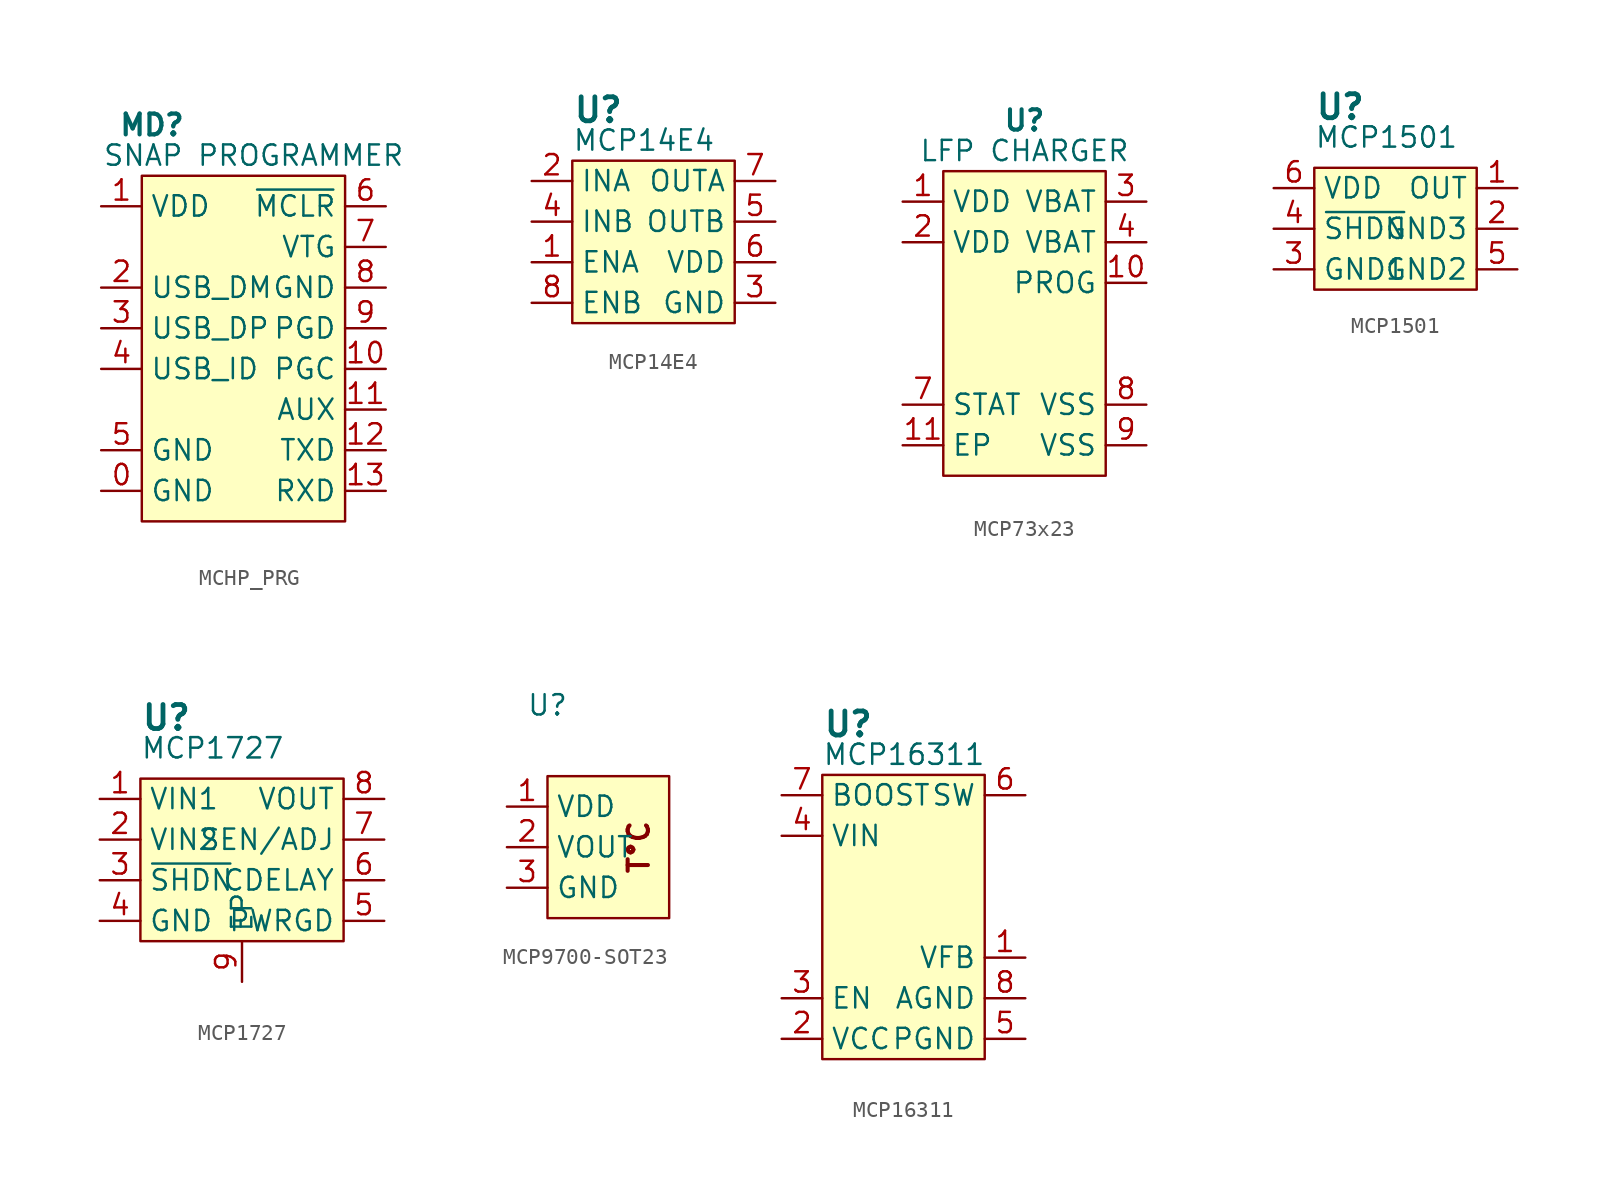
<source format=kicad_sym>
(kicad_symbol_lib
  (version 20231120)
  (generator "kicad_symbol_editor")
  (generator_version "8.0")
  (symbol "MCHP_PRG"
    (property "Reference" "MD"
      (at 3.175 -1.27 0)
      (effects (font (size 1.3 1.3) (bold yes))))
    (property "Value" "SNAP PROGRAMMER"
      (at 9.525 -3.175 0)
      (effects (font (size 1.27 1.27))))
    (symbol "MCHP_PRG_1_1"
      (rectangle (start 2.54 -4.445) (end 15.24 -26.035) (stroke (width 0) (type default)) (fill (type background)))
      (pin passive line (at 0 -24.13 0) (length 2.54) (name "GND" (effects (font (size 1.27 1.27)))) (number "0" (effects (font (size 1.27 1.27)))))
      (pin power_in line (at 0 -6.35 0) (length 2.54) (name "VDD" (effects (font (size 1.27 1.27)))) (number "1" (effects (font (size 1.27 1.27)))))
      (pin output line (at 17.78 -16.51 180) (length 2.54) (name "PGC" (effects (font (size 1.27 1.27)))) (number "10" (effects (font (size 1.27 1.27)))))
      (pin passive line (at 17.78 -19.05 180) (length 2.54) (name "AUX" (effects (font (size 1.27 1.27)))) (number "11" (effects (font (size 1.27 1.27)))))
      (pin passive line (at 17.78 -21.59 180) (length 2.54) (name "TXD" (effects (font (size 1.27 1.27)))) (number "12" (effects (font (size 1.27 1.27)))))
      (pin passive line (at 17.78 -24.13 180) (length 2.54) (name "RXD" (effects (font (size 1.27 1.27)))) (number "13" (effects (font (size 1.27 1.27)))))
      (pin bidirectional line (at 0 -11.43 0) (length 2.54) (name "USB_DM" (effects (font (size 1.27 1.27)))) (number "2" (effects (font (size 1.27 1.27)))))
      (pin bidirectional line (at 0 -13.97 0) (length 2.54) (name "USB_DP" (effects (font (size 1.27 1.27)))) (number "3" (effects (font (size 1.27 1.27)))))
      (pin bidirectional line (at 0 -16.51 0) (length 2.54) (name "USB_ID" (effects (font (size 1.27 1.27)))) (number "4" (effects (font (size 1.27 1.27)))))
      (pin passive line (at 0 -21.59 0) (length 2.54) (name "GND" (effects (font (size 1.27 1.27)))) (number "5" (effects (font (size 1.27 1.27)))))
      (pin output line (at 17.78 -6.35 180) (length 2.54) (name "~{MCLR}" (effects (font (size 1.27 1.27)))) (number "6" (effects (font (size 1.27 1.27)))))
      (pin input line (at 17.78 -8.89 180) (length 2.54) (name "VTG" (effects (font (size 1.27 1.27)))) (number "7" (effects (font (size 1.27 1.27)))))
      (pin passive line (at 17.78 -11.43 180) (length 2.54) (name "GND" (effects (font (size 1.27 1.27)))) (number "8" (effects (font (size 1.27 1.27)))))
      (pin bidirectional line (at 17.78 -13.97 180) (length 2.54) (name "PGD" (effects (font (size 1.27 1.27)))) (number "9" (effects (font (size 1.27 1.27)))))))
  (symbol "MCP14E4"
    (property "Reference" "U"
      (at 0 0 0)
      (effects (font (size 1.5 1.5) (bold yes)) (justify left)))
    (property "Value" "MCP14E4"
      (at 0 -1.905 0)
      (effects (font (size 1.27 1.27)) (justify left)))
    (symbol "MCP14E4_1_1"
      (rectangle (start 0 -3.175) (end 10.16 -13.335) (stroke (width 0) (type default)) (fill (type background)))
      (pin input line (at -2.54 -9.525 0) (length 2.54) (name "ENA" (effects (font (size 1.27 1.27)))) (number "1" (effects (font (size 1.27 1.27)))))
      (pin input line (at -2.54 -4.445 0) (length 2.54) (name "INA" (effects (font (size 1.27 1.27)))) (number "2" (effects (font (size 1.27 1.27)))))
      (pin power_in line (at 12.7 -12.065 180) (length 2.54) (name "GND" (effects (font (size 1.27 1.27)))) (number "3" (effects (font (size 1.27 1.27)))))
      (pin input line (at -2.54 -6.985 0) (length 2.54) (name "INB" (effects (font (size 1.27 1.27)))) (number "4" (effects (font (size 1.27 1.27)))))
      (pin output line (at 12.7 -6.985 180) (length 2.54) (name "OUTB" (effects (font (size 1.27 1.27)))) (number "5" (effects (font (size 1.27 1.27)))))
      (pin power_in line (at 12.7 -9.525 180) (length 2.54) (name "VDD" (effects (font (size 1.27 1.27)))) (number "6" (effects (font (size 1.27 1.27)))))
      (pin output line (at 12.7 -4.445 180) (length 2.54) (name "OUTA" (effects (font (size 1.27 1.27)))) (number "7" (effects (font (size 1.27 1.27)))))
      (pin input line (at -2.54 -12.065 0) (length 2.54) (name "ENB" (effects (font (size 1.27 1.27)))) (number "8" (effects (font (size 1.27 1.27)))))))
  (symbol "MCP73x23"
    (property "Reference" "U"
      (at 0 0 0)
      (effects (font (size 1.27 1.27) (bold yes))))
    (property "Value" "LFP CHARGER"
      (at 0 -1.905 0)
      (effects (font (size 1.27 1.27))))
    (symbol "MCP73x23_0_0"
      (pin power_in line (at -7.62 -5.08 0) (length 2.54) (name "VDD" (effects (font (size 1.27 1.27)))) (number "1" (effects (font (size 1.27 1.27)))))
      (pin passive line (at 7.62 -10.16 180) (length 2.54) (name "PROG" (effects (font (size 1.27 1.27)))) (number "10" (effects (font (size 1.27 1.27)))))
      (pin passive line (at -7.62 -20.32 0) (length 2.54) (name "EP" (effects (font (size 1.27 1.27)))) (number "11" (effects (font (size 1.27 1.27)))))
      (pin power_in line (at -7.62 -7.62 0) (length 2.54) (name "VDD" (effects (font (size 1.27 1.27)))) (number "2" (effects (font (size 1.27 1.27)))))
      (pin power_out line (at 7.62 -5.08 180) (length 2.54) (name "VBAT" (effects (font (size 1.27 1.27)))) (number "3" (effects (font (size 1.27 1.27)))))
      (pin power_out line (at 7.62 -7.62 180) (length 2.54) (name "VBAT" (effects (font (size 1.27 1.27)))) (number "4" (effects (font (size 1.27 1.27)))))
      (pin output line (at -7.62 -17.78 0) (length 2.54) (name "STAT" (effects (font (size 1.27 1.27)))) (number "7" (effects (font (size 1.27 1.27)))))
      (pin passive line (at 7.62 -17.78 180) (length 2.54) (name "VSS" (effects (font (size 1.27 1.27)))) (number "8" (effects (font (size 1.27 1.27)))))
      (pin passive line (at 7.62 -20.32 180) (length 2.54) (name "VSS" (effects (font (size 1.27 1.27)))) (number "9" (effects (font (size 1.27 1.27))))))
    (symbol "MCP73x23_1_0"
      (pin no_connect line (at 7.62 -12.7 180) (length 2.54) hide (name "NC" (effects (font (size 1.27 1.27)))) (number "5" (effects (font (size 1.27 1.27)))))
      (pin no_connect line (at 7.62 -15.24 180) (length 2.54) hide (name "NC" (effects (font (size 1.27 1.27)))) (number "6" (effects (font (size 1.27 1.27))))))
    (symbol "MCP73x23_1_1"
      (rectangle (start -5.08 -3.175) (end 5.08 -22.225) (stroke (width 0) (type default)) (fill (type background)))))
  (symbol "MCP1501"
    (property "Reference" "U"
      (at 0 0 0)
      (effects (font (size 1.5 1.5) (bold yes)) (justify left)))
    (property "Value" "MCP1501"
      (at 0 -1.905 0)
      (effects (font (size 1.27 1.27)) (justify left)))
    (symbol "MCP1501_1_1"
      (rectangle (start 0 -3.81) (end 10.16 -11.43) (stroke (width 0) (type default)) (fill (type background)))
      (pin power_out line (at 12.7 -5.08 180) (length 2.54) (name "OUT" (effects (font (size 1.27 1.27)))) (number "1" (effects (font (size 1.27 1.27)))))
      (pin power_in line (at 12.7 -7.62 180) (length 2.54) (name "GND3" (effects (font (size 1.27 1.27)))) (number "2" (effects (font (size 1.27 1.27)))))
      (pin power_in line (at -2.54 -10.16 0) (length 2.54) (name "GND1" (effects (font (size 1.27 1.27)))) (number "3" (effects (font (size 1.27 1.27)))))
      (pin input line (at -2.54 -7.62 0) (length 2.54) (name "~{SHDN}" (effects (font (size 1.27 1.27)))) (number "4" (effects (font (size 1.27 1.27)))))
      (pin power_in line (at 12.7 -10.16 180) (length 2.54) (name "GND2" (effects (font (size 1.27 1.27)))) (number "5" (effects (font (size 1.27 1.27)))))
      (pin power_in line (at -2.54 -5.08 0) (length 2.54) (name "VDD" (effects (font (size 1.27 1.27)))) (number "6" (effects (font (size 1.27 1.27)))))))
  (symbol "MCP1727"
    (property "Reference" "U"
      (at 0 0 0)
      (effects (font (size 1.5 1.5) (bold yes)) (justify left)))
    (property "Value" "MCP1727"
      (at 0 -1.905 0)
      (effects (font (size 1.27 1.27)) (justify left)))
    (symbol "MCP1727_1_1"
      (rectangle (start 0 -3.81) (end 12.7 -13.97) (stroke (width 0) (type default)) (fill (type background)))
      (pin power_in line (at -2.54 -5.08 0) (length 2.54) (name "VIN1" (effects (font (size 1.27 1.27)))) (number "1" (effects (font (size 1.27 1.27)))))
      (pin power_in line (at -2.54 -7.62 0) (length 2.54) (name "VIN2" (effects (font (size 1.27 1.27)))) (number "2" (effects (font (size 1.27 1.27)))))
      (pin input line (at -2.54 -10.16 0) (length 2.54) (name "~{SHDN}" (effects (font (size 1.27 1.27)))) (number "3" (effects (font (size 1.27 1.27)))))
      (pin power_in line (at -2.54 -12.7 0) (length 2.54) (name "GND" (effects (font (size 1.27 1.27)))) (number "4" (effects (font (size 1.27 1.27)))))
      (pin bidirectional line (at 15.24 -12.7 180) (length 2.54) (name "PWRGD" (effects (font (size 1.27 1.27)))) (number "5" (effects (font (size 1.27 1.27)))))
      (pin bidirectional line (at 15.24 -10.16 180) (length 2.54) (name "CDELAY" (effects (font (size 1.27 1.27)))) (number "6" (effects (font (size 1.27 1.27)))))
      (pin input line (at 15.24 -7.62 180) (length 2.54) (name "SEN/ADJ" (effects (font (size 1.27 1.27)))) (number "7" (effects (font (size 1.27 1.27)))))
      (pin power_out line (at 15.24 -5.08 180) (length 2.54) (name "VOUT" (effects (font (size 1.27 1.27)))) (number "8" (effects (font (size 1.27 1.27)))))
      (pin bidirectional line (at 6.35 -16.51 90) (length 2.54) (name "EP" (effects (font (size 1.27 1.27)))) (number "9" (effects (font (size 1.27 1.27)))))))
  (symbol "MCP9700-SOT23"
    (property "Reference" "U"
      (at 0 0 0)
      (effects (font (size 1.27 1.27))))
    (property "Value" ""
      (at 0 0 0)
      (effects (font (size 1.27 1.27))))
    (symbol "MCP9700-SOT23_1_1"
      (rectangle (start 0 -4.445) (end 7.62 -13.335) (stroke (width 0) (type default)) (fill (type background)))
      (text "T°C" (at 5.715 -8.89 900) (effects (font (size 1.27 1.27) (bold yes))))
      (pin power_in line (at -2.54 -6.35 0) (length 2.54) (name "VDD" (effects (font (size 1.27 1.27)))) (number "1" (effects (font (size 1.27 1.27)))))
      (pin output line (at -2.54 -8.89 0) (length 2.54) (name "VOUT" (effects (font (size 1.27 1.27)))) (number "2" (effects (font (size 1.27 1.27)))))
      (pin passive line (at -2.54 -11.43 0) (length 2.54) (name "GND" (effects (font (size 1.27 1.27)))) (number "3" (effects (font (size 1.27 1.27)))))))
  (symbol "MCP16311"
    (property "Reference" "U"
      (at 0 0.635 0)
      (effects (font (size 1.5 1.5) (bold yes)) (justify left)))
    (property "Value" "MCP16311"
      (at 0 -1.27 0)
      (effects (font (size 1.27 1.27)) (justify left)))
    (symbol "MCP16311_1_1"
      (rectangle (start 0 -2.54) (end 10.16 -20.32) (stroke (width 0) (type default)) (fill (type background)))
      (pin input line (at 12.7 -13.97 180) (length 2.54) (name "VFB" (effects (font (size 1.27 1.27)))) (number "1" (effects (font (size 1.27 1.27)))))
      (pin power_out line (at -2.54 -19.05 0) (length 2.54) (name "VCC" (effects (font (size 1.27 1.27)))) (number "2" (effects (font (size 1.27 1.27)))))
      (pin input line (at -2.54 -16.51 0) (length 2.54) (name "EN" (effects (font (size 1.27 1.27)))) (number "3" (effects (font (size 1.27 1.27)))))
      (pin power_in line (at -2.54 -6.35 0) (length 2.54) (name "VIN" (effects (font (size 1.27 1.27)))) (number "4" (effects (font (size 1.27 1.27)))))
      (pin power_in line (at 12.7 -19.05 180) (length 2.54) (name "PGND" (effects (font (size 1.27 1.27)))) (number "5" (effects (font (size 1.27 1.27)))))
      (pin output line (at 12.7 -3.81 180) (length 2.54) (name "SW" (effects (font (size 1.27 1.27)))) (number "6" (effects (font (size 1.27 1.27)))))
      (pin bidirectional line (at -2.54 -3.81 0) (length 2.54) (name "BOOST" (effects (font (size 1.27 1.27)))) (number "7" (effects (font (size 1.27 1.27)))))
      (pin power_in line (at 12.7 -16.51 180) (length 2.54) (name "AGND" (effects (font (size 1.27 1.27)))) (number "8" (effects (font (size 1.27 1.27))))))))
</source>
